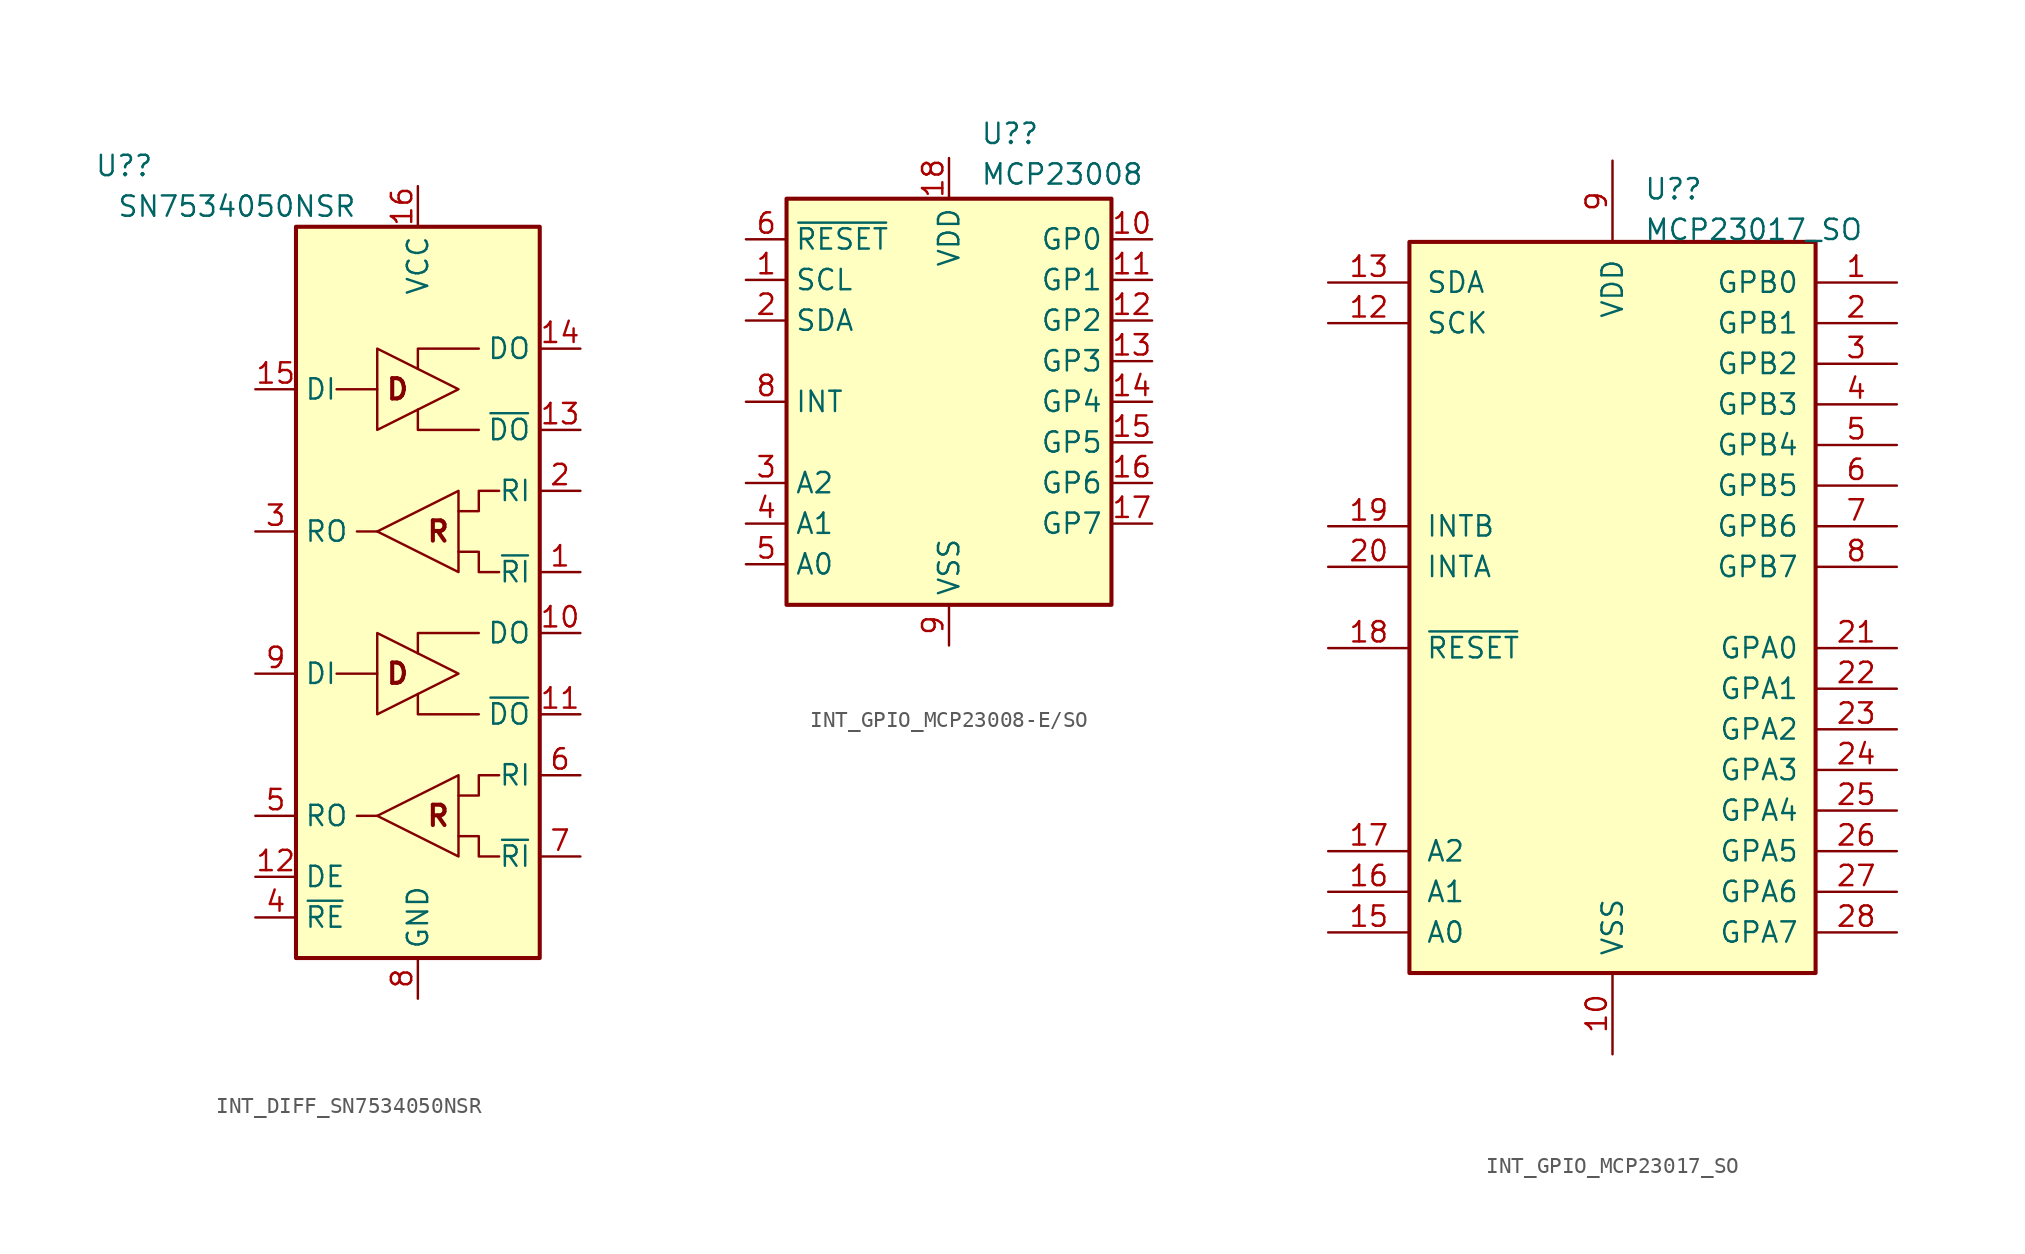
<source format=kicad_sym>
(kicad_symbol_lib
  (version 20231120)
  (generator "kicad_symbol_editor")
  (generator_version "8.0")
  (symbol "INT_DIFF_SN7534050NSR"
    (property "Reference" "U?"
      (at -16.51 16.51 0)
      (effects (font (size 1.27 1.27)) (justify right)))
    (property "Value" "SN7534050NSR"
      (at -3.81 13.97 0)
      (effects (font (size 1.27 1.27)) (justify right)))
    (symbol "INT_DIFF_SN7534050NSR_0_0"
      (text "D" (at -1.27 -15.24 0) (effects (font (size 1.27 1.27) (bold yes))))
      (text "D" (at -1.27 2.54 0) (effects (font (size 1.27 1.27) (bold yes))))
      (text "R" (at 1.27 -24.13 0) (effects (font (size 1.27 1.27) (bold yes))))
      (text "R" (at 1.27 -6.35 0) (effects (font (size 1.27 1.27) (bold yes)))))
    (symbol "INT_DIFF_SN7534050NSR_0_1"
      (rectangle (start -7.62 12.7) (end 7.62 -33.02) (stroke (width 0.254) (type default)) (fill (type background)))
      (polyline (pts (xy -5.08 -15.24) (xy -2.54 -15.24)) (stroke (width 0) (type default)) (fill (type none)))
      (polyline (pts (xy -5.08 2.54) (xy -2.54 2.54)) (stroke (width 0) (type default)) (fill (type none)))
      (polyline (pts (xy -2.54 -24.13) (xy -3.81 -24.13)) (stroke (width 0) (type default)) (fill (type none)))
      (polyline (pts (xy -2.54 -6.35) (xy -3.81 -6.35)) (stroke (width 0) (type default)) (fill (type none)))
      (polyline (pts (xy 3.81 -17.78) (xy 0 -17.78) (xy 0 -16.51)) (stroke (width 0) (type default)) (fill (type none)))
      (polyline (pts (xy 3.81 -12.7) (xy 0 -12.7) (xy 0 -13.97)) (stroke (width 0) (type default)) (fill (type none)))
      (polyline (pts (xy 3.81 0) (xy 0 0) (xy 0 1.27)) (stroke (width 0) (type default)) (fill (type none)))
      (polyline (pts (xy 3.81 5.08) (xy 0 5.08) (xy 0 3.81)) (stroke (width 0) (type default)) (fill (type none)))
      (polyline (pts (xy -2.54 -12.7) (xy -2.54 -17.78) (xy 2.54 -15.24) (xy -2.54 -12.7)) (stroke (width 0) (type default)) (fill (type none)))
      (polyline (pts (xy -2.54 5.08) (xy -2.54 0) (xy 2.54 2.54) (xy -2.54 5.08)) (stroke (width 0) (type default)) (fill (type none)))
      (polyline (pts (xy 2.54 -25.4) (xy 3.81 -25.4) (xy 3.81 -26.67) (xy 5.08 -26.67)) (stroke (width 0) (type default)) (fill (type none)))
      (polyline (pts (xy 2.54 -22.86) (xy 3.81 -22.86) (xy 3.81 -21.59) (xy 5.08 -21.59)) (stroke (width 0) (type default)) (fill (type none)))
      (polyline (pts (xy 2.54 -21.59) (xy 2.54 -26.67) (xy -2.54 -24.13) (xy 2.54 -21.59)) (stroke (width 0) (type default)) (fill (type none)))
      (polyline (pts (xy 2.54 -7.62) (xy 3.81 -7.62) (xy 3.81 -8.89) (xy 5.08 -8.89)) (stroke (width 0) (type default)) (fill (type none)))
      (polyline (pts (xy 2.54 -5.08) (xy 3.81 -5.08) (xy 3.81 -3.81) (xy 5.08 -3.81)) (stroke (width 0) (type default)) (fill (type none)))
      (polyline (pts (xy 2.54 -3.81) (xy 2.54 -8.89) (xy -2.54 -6.35) (xy 2.54 -3.81)) (stroke (width 0) (type default)) (fill (type none))))
    (symbol "INT_DIFF_SN7534050NSR_1_1"
      (pin input line (at 10.16 -8.89 180) (length 2.54) (name "~{RI}" (effects (font (size 1.27 1.27)))) (number "1" (effects (font (size 1.27 1.27)))))
      (pin output line (at 10.16 -12.7 180) (length 2.54) (name "DO" (effects (font (size 1.27 1.27)))) (number "10" (effects (font (size 1.27 1.27)))))
      (pin output line (at 10.16 -17.78 180) (length 2.54) (name "~{DO}" (effects (font (size 1.27 1.27)))) (number "11" (effects (font (size 1.27 1.27)))))
      (pin input line (at -10.16 -27.94 0) (length 2.54) (name "DE" (effects (font (size 1.27 1.27)))) (number "12" (effects (font (size 1.27 1.27)))))
      (pin output line (at 10.16 0 180) (length 2.54) (name "~{DO}" (effects (font (size 1.27 1.27)))) (number "13" (effects (font (size 1.27 1.27)))))
      (pin output line (at 10.16 5.08 180) (length 2.54) (name "DO" (effects (font (size 1.27 1.27)))) (number "14" (effects (font (size 1.27 1.27)))))
      (pin input line (at -10.16 2.54 0) (length 2.54) (name "DI" (effects (font (size 1.27 1.27)))) (number "15" (effects (font (size 1.27 1.27)))))
      (pin power_in line (at 0 15.24 270) (length 2.54) (name "VCC" (effects (font (size 1.27 1.27)))) (number "16" (effects (font (size 1.27 1.27)))))
      (pin input line (at 10.16 -3.81 180) (length 2.54) (name "RI" (effects (font (size 1.27 1.27)))) (number "2" (effects (font (size 1.27 1.27)))))
      (pin output line (at -10.16 -6.35 0) (length 2.54) (name "RO" (effects (font (size 1.27 1.27)))) (number "3" (effects (font (size 1.27 1.27)))))
      (pin input line (at -10.16 -30.48 0) (length 2.54) (name "~{RE}" (effects (font (size 1.27 1.27)))) (number "4" (effects (font (size 1.27 1.27)))))
      (pin output line (at -10.16 -24.13 0) (length 2.54) (name "RO" (effects (font (size 1.27 1.27)))) (number "5" (effects (font (size 1.27 1.27)))))
      (pin input line (at 10.16 -21.59 180) (length 2.54) (name "RI" (effects (font (size 1.27 1.27)))) (number "6" (effects (font (size 1.27 1.27)))))
      (pin input line (at 10.16 -26.67 180) (length 2.54) (name "~{RI}" (effects (font (size 1.27 1.27)))) (number "7" (effects (font (size 1.27 1.27)))))
      (pin power_in line (at 0 -35.56 90) (length 2.54) (name "GND" (effects (font (size 1.27 1.27)))) (number "8" (effects (font (size 1.27 1.27)))))
      (pin input line (at -10.16 -15.24 0) (length 2.54) (name "DI" (effects (font (size 1.27 1.27)))) (number "9" (effects (font (size 1.27 1.27)))))))
  (symbol "INT_GPIO_MCP23008-E/SO"
    (property "Reference" "U?"
      (at 1.956 16.764 0)
      (effects (font (size 1.27 1.27)) (justify left)))
    (property "Value" "MCP23008"
      (at 1.956 14.224 0)
      (effects (font (size 1.27 1.27)) (justify left)))
    (symbol "INT_GPIO_MCP23008-E/SO_0_1"
      (rectangle (start -10.16 12.7) (end 10.16 -12.7) (stroke (width 0.254) (type default)) (fill (type background))))
    (symbol "INT_GPIO_MCP23008-E/SO_1_1"
      (pin input line (at -12.7 7.62 0) (length 2.54) (name "SCL" (effects (font (size 1.27 1.27)))) (number "1" (effects (font (size 1.27 1.27)))))
      (pin bidirectional line (at 12.7 10.16 180) (length 2.54) (name "GP0" (effects (font (size 1.27 1.27)))) (number "10" (effects (font (size 1.27 1.27)))))
      (pin bidirectional line (at 12.7 7.62 180) (length 2.54) (name "GP1" (effects (font (size 1.27 1.27)))) (number "11" (effects (font (size 1.27 1.27)))))
      (pin bidirectional line (at 12.7 5.08 180) (length 2.54) (name "GP2" (effects (font (size 1.27 1.27)))) (number "12" (effects (font (size 1.27 1.27)))))
      (pin bidirectional line (at 12.7 2.54 180) (length 2.54) (name "GP3" (effects (font (size 1.27 1.27)))) (number "13" (effects (font (size 1.27 1.27)))))
      (pin bidirectional line (at 12.7 0 180) (length 2.54) (name "GP4" (effects (font (size 1.27 1.27)))) (number "14" (effects (font (size 1.27 1.27)))))
      (pin bidirectional line (at 12.7 -2.54 180) (length 2.54) (name "GP5" (effects (font (size 1.27 1.27)))) (number "15" (effects (font (size 1.27 1.27)))))
      (pin bidirectional line (at 12.7 -5.08 180) (length 2.54) (name "GP6" (effects (font (size 1.27 1.27)))) (number "16" (effects (font (size 1.27 1.27)))))
      (pin bidirectional line (at 12.7 -7.62 180) (length 2.54) (name "GP7" (effects (font (size 1.27 1.27)))) (number "17" (effects (font (size 1.27 1.27)))))
      (pin power_in line (at 0 15.24 270) (length 2.54) (name "VDD" (effects (font (size 1.27 1.27)))) (number "18" (effects (font (size 1.27 1.27)))))
      (pin bidirectional line (at -12.7 5.08 0) (length 2.54) (name "SDA" (effects (font (size 1.27 1.27)))) (number "2" (effects (font (size 1.27 1.27)))))
      (pin input line (at -12.7 -5.08 0) (length 2.54) (name "A2" (effects (font (size 1.27 1.27)))) (number "3" (effects (font (size 1.27 1.27)))))
      (pin input line (at -12.7 -7.62 0) (length 2.54) (name "A1" (effects (font (size 1.27 1.27)))) (number "4" (effects (font (size 1.27 1.27)))))
      (pin input line (at -12.7 -10.16 0) (length 2.54) (name "A0" (effects (font (size 1.27 1.27)))) (number "5" (effects (font (size 1.27 1.27)))))
      (pin input line (at -12.7 10.16 0) (length 2.54) (name "~{RESET}" (effects (font (size 1.27 1.27)))) (number "6" (effects (font (size 1.27 1.27)))))
      (pin no_connect line (at -12.7 -2.54 0) (length 2.54) hide (name "NC" (effects (font (size 1.27 1.27)))) (number "7" (effects (font (size 1.27 1.27)))))
      (pin output line (at -12.7 0 0) (length 2.54) (name "INT" (effects (font (size 1.27 1.27)))) (number "8" (effects (font (size 1.27 1.27)))) (alternate "INT" open_collector line))
      (pin power_in line (at 0 -15.24 90) (length 2.54) (name "VSS" (effects (font (size 1.27 1.27)))) (number "9" (effects (font (size 1.27 1.27)))))))
  (symbol "INT_GPIO_MCP23017_SO"
    (pin_names
      (offset 1.016))
    (property "Reference" "U?"
      (at 1.956 26.162 0)
      (effects (font (size 1.27 1.27)) (justify left)))
    (property "Value" "MCP23017_SO"
      (at 1.956 23.622 0)
      (effects (font (size 1.27 1.27)) (justify left)))
    (symbol "INT_GPIO_MCP23017_SO_0_1"
      (rectangle (start -12.7 22.86) (end 12.7 -22.86) (stroke (width 0.254) (type default)) (fill (type background))))
    (symbol "INT_GPIO_MCP23017_SO_1_1"
      (pin bidirectional line (at 17.78 20.32 180) (length 5.08) (name "GPB0" (effects (font (size 1.27 1.27)))) (number "1" (effects (font (size 1.27 1.27)))))
      (pin power_in line (at 0 -27.94 90) (length 5.08) (name "VSS" (effects (font (size 1.27 1.27)))) (number "10" (effects (font (size 1.27 1.27)))))
      (pin no_connect line (at -12.7 15.24 0) (length 5.08) hide (name "NC" (effects (font (size 1.27 1.27)))) (number "11" (effects (font (size 1.27 1.27)))))
      (pin input line (at -17.78 17.78 0) (length 5.08) (name "SCK" (effects (font (size 1.27 1.27)))) (number "12" (effects (font (size 1.27 1.27)))))
      (pin bidirectional line (at -17.78 20.32 0) (length 5.08) (name "SDA" (effects (font (size 1.27 1.27)))) (number "13" (effects (font (size 1.27 1.27)))))
      (pin no_connect line (at -12.7 12.7 0) (length 5.08) hide (name "NC" (effects (font (size 1.27 1.27)))) (number "14" (effects (font (size 1.27 1.27)))))
      (pin input line (at -17.78 -20.32 0) (length 5.08) (name "A0" (effects (font (size 1.27 1.27)))) (number "15" (effects (font (size 1.27 1.27)))))
      (pin input line (at -17.78 -17.78 0) (length 5.08) (name "A1" (effects (font (size 1.27 1.27)))) (number "16" (effects (font (size 1.27 1.27)))))
      (pin input line (at -17.78 -15.24 0) (length 5.08) (name "A2" (effects (font (size 1.27 1.27)))) (number "17" (effects (font (size 1.27 1.27)))))
      (pin input line (at -17.78 -2.54 0) (length 5.08) (name "~{RESET}" (effects (font (size 1.27 1.27)))) (number "18" (effects (font (size 1.27 1.27)))))
      (pin tri_state line (at -17.78 5.08 0) (length 5.08) (name "INTB" (effects (font (size 1.27 1.27)))) (number "19" (effects (font (size 1.27 1.27)))))
      (pin bidirectional line (at 17.78 17.78 180) (length 5.08) (name "GPB1" (effects (font (size 1.27 1.27)))) (number "2" (effects (font (size 1.27 1.27)))))
      (pin tri_state line (at -17.78 2.54 0) (length 5.08) (name "INTA" (effects (font (size 1.27 1.27)))) (number "20" (effects (font (size 1.27 1.27)))))
      (pin bidirectional line (at 17.78 -2.54 180) (length 5.08) (name "GPA0" (effects (font (size 1.27 1.27)))) (number "21" (effects (font (size 1.27 1.27)))))
      (pin bidirectional line (at 17.78 -5.08 180) (length 5.08) (name "GPA1" (effects (font (size 1.27 1.27)))) (number "22" (effects (font (size 1.27 1.27)))))
      (pin bidirectional line (at 17.78 -7.62 180) (length 5.08) (name "GPA2" (effects (font (size 1.27 1.27)))) (number "23" (effects (font (size 1.27 1.27)))))
      (pin bidirectional line (at 17.78 -10.16 180) (length 5.08) (name "GPA3" (effects (font (size 1.27 1.27)))) (number "24" (effects (font (size 1.27 1.27)))))
      (pin bidirectional line (at 17.78 -12.7 180) (length 5.08) (name "GPA4" (effects (font (size 1.27 1.27)))) (number "25" (effects (font (size 1.27 1.27)))))
      (pin bidirectional line (at 17.78 -15.24 180) (length 5.08) (name "GPA5" (effects (font (size 1.27 1.27)))) (number "26" (effects (font (size 1.27 1.27)))))
      (pin bidirectional line (at 17.78 -17.78 180) (length 5.08) (name "GPA6" (effects (font (size 1.27 1.27)))) (number "27" (effects (font (size 1.27 1.27)))))
      (pin bidirectional line (at 17.78 -20.32 180) (length 5.08) (name "GPA7" (effects (font (size 1.27 1.27)))) (number "28" (effects (font (size 1.27 1.27)))))
      (pin bidirectional line (at 17.78 15.24 180) (length 5.08) (name "GPB2" (effects (font (size 1.27 1.27)))) (number "3" (effects (font (size 1.27 1.27)))))
      (pin bidirectional line (at 17.78 12.7 180) (length 5.08) (name "GPB3" (effects (font (size 1.27 1.27)))) (number "4" (effects (font (size 1.27 1.27)))))
      (pin bidirectional line (at 17.78 10.16 180) (length 5.08) (name "GPB4" (effects (font (size 1.27 1.27)))) (number "5" (effects (font (size 1.27 1.27)))))
      (pin bidirectional line (at 17.78 7.62 180) (length 5.08) (name "GPB5" (effects (font (size 1.27 1.27)))) (number "6" (effects (font (size 1.27 1.27)))))
      (pin bidirectional line (at 17.78 5.08 180) (length 5.08) (name "GPB6" (effects (font (size 1.27 1.27)))) (number "7" (effects (font (size 1.27 1.27)))))
      (pin bidirectional line (at 17.78 2.54 180) (length 5.08) (name "GPB7" (effects (font (size 1.27 1.27)))) (number "8" (effects (font (size 1.27 1.27)))))
      (pin power_in line (at 0 27.94 270) (length 5.08) (name "VDD" (effects (font (size 1.27 1.27)))) (number "9" (effects (font (size 1.27 1.27))))))))
</source>
